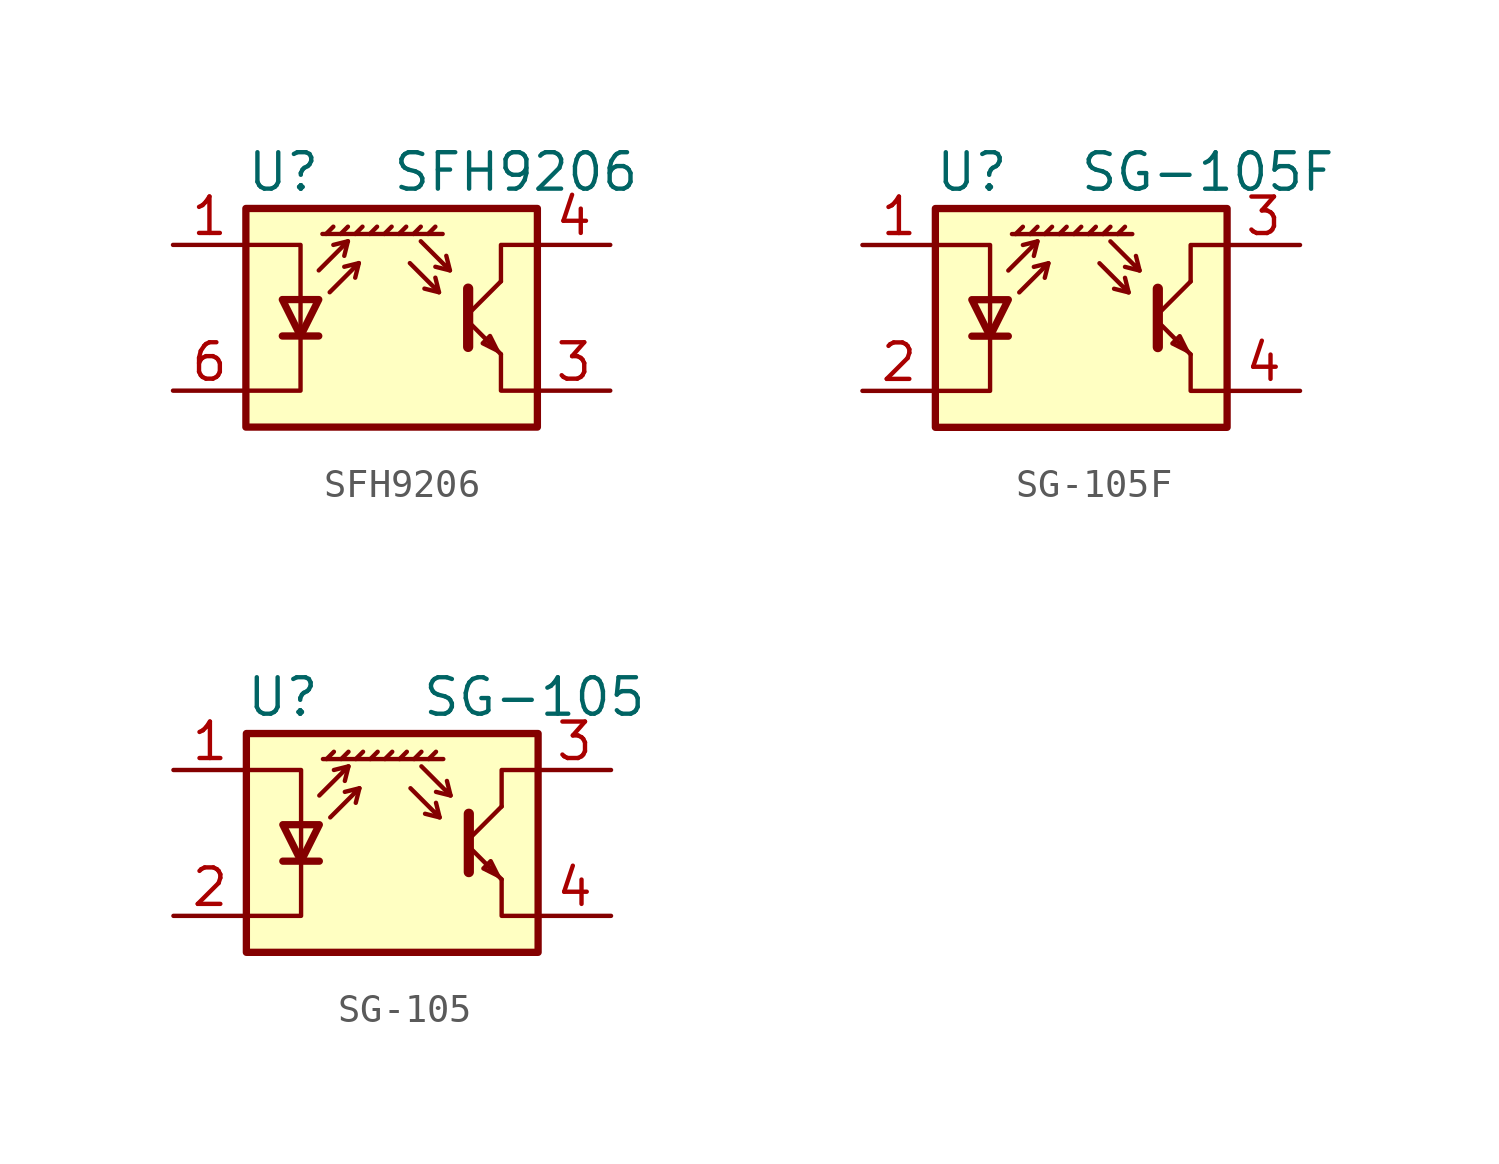
<source format=kicad_sym>
(kicad_symbol_lib
  (version 20241209)
  (generator "kicad_symbol_editor")
  (generator_version "9.0")
  (symbol "SFH9206"
    (pin_names
      (offset 0.025)
      (hide yes))
    (property "Reference" "U"
      (at -5.08 5.08 0)
      (effects (font (size 1.27 1.27)) (justify left)))
    (property "Value" "SFH9206"
      (at 0 5.08 0)
      (effects (font (size 1.27 1.27)) (justify left)))
    (symbol "SFH9206_0_1"
      (polyline (pts (xy -5.08 -2.54) (xy -3.175 -2.54) (xy -3.175 2.54) (xy -5.08 2.54)) (stroke (width 0) (type default)) (fill (type none)))
      (polyline (pts (xy -5.08 -3.81) (xy 5.08 -3.81) (xy 5.08 3.81) (xy -5.08 3.81) (xy -5.08 -3.81)) (stroke (width 0.254) (type default)) (fill (type background)))
      (polyline (pts (xy -3.81 -0.635) (xy -2.54 -0.635)) (stroke (width 0.254) (type default)) (fill (type none)))
      (polyline (pts (xy -3.175 -0.635) (xy -3.81 0.635) (xy -2.54 0.635) (xy -3.175 -0.635)) (stroke (width 0.254) (type default)) (fill (type none)))
      (polyline (pts (xy -2.54 1.651) (xy -1.524 2.667) (xy -2.032 2.54)) (stroke (width 0) (type default)) (fill (type none)))
      (polyline (pts (xy -2.286 2.921) (xy -2.032 3.175)) (stroke (width 0) (type default)) (fill (type none)))
      (polyline (pts (xy -2.159 0.889) (xy -1.143 1.905) (xy -1.651 1.778)) (stroke (width 0) (type default)) (fill (type none)))
      (polyline (pts (xy -1.778 2.921) (xy -1.524 3.175)) (stroke (width 0) (type default)) (fill (type none)))
      (polyline (pts (xy -1.524 2.667) (xy -1.651 2.159)) (stroke (width 0) (type default)) (fill (type none)))
      (polyline (pts (xy -1.27 2.921) (xy -1.016 3.175)) (stroke (width 0) (type default)) (fill (type none)))
      (polyline (pts (xy -1.143 1.905) (xy -1.27 1.397)) (stroke (width 0) (type default)) (fill (type none)))
      (polyline (pts (xy -0.762 2.921) (xy -0.508 3.175)) (stroke (width 0) (type default)) (fill (type none)))
      (polyline (pts (xy -0.254 2.921) (xy 0 3.175)) (stroke (width 0) (type default)) (fill (type none)))
      (polyline (pts (xy 0.254 2.921) (xy 0.508 3.175)) (stroke (width 0) (type default)) (fill (type none)))
      (polyline (pts (xy 0.635 1.905) (xy 1.651 0.889) (xy 1.524 1.397)) (stroke (width 0) (type default)) (fill (type none)))
      (polyline (pts (xy 0.762 2.921) (xy 1.016 3.175)) (stroke (width 0) (type default)) (fill (type none)))
      (polyline (pts (xy 1.016 2.667) (xy 2.032 1.651) (xy 1.905 2.159)) (stroke (width 0) (type default)) (fill (type none)))
      (polyline (pts (xy 1.27 2.921) (xy 1.524 3.175)) (stroke (width 0) (type default)) (fill (type none)))
      (polyline (pts (xy 1.651 0.889) (xy 1.143 1.016)) (stroke (width 0) (type default)) (fill (type none)))
      (polyline (pts (xy 1.778 2.921) (xy -2.413 2.921)) (stroke (width 0) (type default)) (fill (type none)))
      (polyline (pts (xy 2.032 1.651) (xy 1.524 1.778)) (stroke (width 0) (type default)) (fill (type none)))
      (polyline (pts (xy 2.667 1.016) (xy 2.667 -1.016) (xy 2.667 -1.016)) (stroke (width 0.356) (type default)) (fill (type none)))
      (polyline (pts (xy 2.667 0.127) (xy 3.81 1.27)) (stroke (width 0) (type default)) (fill (type none)))
      (polyline (pts (xy 2.667 -0.127) (xy 3.81 -1.27)) (stroke (width 0) (type default)) (fill (type none)))
      (polyline (pts (xy 3.683 -1.143) (xy 3.429 -0.635) (xy 3.175 -0.889) (xy 3.683 -1.143)) (stroke (width 0) (type default)) (fill (type none)))
      (polyline (pts (xy 3.81 1.27) (xy 3.81 2.54) (xy 5.08 2.54)) (stroke (width 0) (type default)) (fill (type none)))
      (polyline (pts (xy 3.81 -1.27) (xy 3.81 -2.54) (xy 5.08 -2.54)) (stroke (width 0) (type default)) (fill (type none))))
    (symbol "SFH9206_1_1"
      (pin passive line (at -7.62 2.54 0) (length 2.54) (name "A" (effects (font (size 1.27 1.27)))) (number "1" (effects (font (size 1.27 1.27)))))
      (pin passive line (at -7.62 -2.54 0) (length 2.54) (name "K" (effects (font (size 1.27 1.27)))) (number "6" (effects (font (size 1.27 1.27)))))
      (pin no_connect line (at -5.08 0 0) (length 2.54) (hide yes) (name "NC" (effects (font (size 1.27 1.27)))) (number "2" (effects (font (size 1.27 1.27)))))
      (pin no_connect line (at 5.08 0 180) (length 2.54) (hide yes) (name "NC" (effects (font (size 1.27 1.27)))) (number "5" (effects (font (size 1.27 1.27)))))
      (pin open_collector line (at 7.62 2.54 180) (length 2.54) (name "C" (effects (font (size 1.27 1.27)))) (number "4" (effects (font (size 1.27 1.27)))))
      (pin open_emitter line (at 7.62 -2.54 180) (length 2.54) (name "E" (effects (font (size 1.27 1.27)))) (number "3" (effects (font (size 1.27 1.27)))))))
  (symbol "SG-105F"
    (pin_names
      (offset 1.016)
      (hide yes))
    (property "Reference" "U"
      (at -3.81 5.08 0)
      (effects (font (size 1.27 1.27))))
    (property "Value" "SG-105F"
      (at 8.89 5.08 0)
      (effects (font (size 1.27 1.27)) (justify right)))
    (symbol "SG-105F_0_1"
      (polyline (pts (xy -5.08 -2.54) (xy -3.175 -2.54) (xy -3.175 2.54) (xy -5.08 2.54)) (stroke (width 0) (type default)) (fill (type none)))
      (polyline (pts (xy -5.08 -3.81) (xy 5.08 -3.81) (xy 5.08 3.81) (xy -5.08 3.81) (xy -5.08 -3.81)) (stroke (width 0.254) (type default)) (fill (type background)))
      (polyline (pts (xy -3.81 -0.635) (xy -2.54 -0.635)) (stroke (width 0.254) (type default)) (fill (type none)))
      (polyline (pts (xy -3.175 -0.635) (xy -3.81 0.635) (xy -2.54 0.635) (xy -3.175 -0.635)) (stroke (width 0.254) (type default)) (fill (type none)))
      (polyline (pts (xy -2.54 1.651) (xy -1.524 2.667) (xy -2.032 2.54)) (stroke (width 0) (type default)) (fill (type none)))
      (polyline (pts (xy -2.286 2.921) (xy -2.032 3.175)) (stroke (width 0) (type default)) (fill (type none)))
      (polyline (pts (xy -2.159 0.889) (xy -1.143 1.905) (xy -1.651 1.778)) (stroke (width 0) (type default)) (fill (type none)))
      (polyline (pts (xy -1.778 2.921) (xy -1.524 3.175)) (stroke (width 0) (type default)) (fill (type none)))
      (polyline (pts (xy -1.524 2.667) (xy -1.651 2.159)) (stroke (width 0) (type default)) (fill (type none)))
      (polyline (pts (xy -1.27 2.921) (xy -1.016 3.175)) (stroke (width 0) (type default)) (fill (type none)))
      (polyline (pts (xy -1.143 1.905) (xy -1.27 1.397)) (stroke (width 0) (type default)) (fill (type none)))
      (polyline (pts (xy -0.762 2.921) (xy -0.508 3.175)) (stroke (width 0) (type default)) (fill (type none)))
      (polyline (pts (xy -0.254 2.921) (xy 0 3.175)) (stroke (width 0) (type default)) (fill (type none)))
      (polyline (pts (xy 0.254 2.921) (xy 0.508 3.175)) (stroke (width 0) (type default)) (fill (type none)))
      (polyline (pts (xy 0.635 1.905) (xy 1.651 0.889) (xy 1.524 1.397)) (stroke (width 0) (type default)) (fill (type none)))
      (polyline (pts (xy 0.762 2.921) (xy 1.016 3.175)) (stroke (width 0) (type default)) (fill (type none)))
      (polyline (pts (xy 1.016 2.667) (xy 2.032 1.651) (xy 1.905 2.159)) (stroke (width 0) (type default)) (fill (type none)))
      (polyline (pts (xy 1.27 2.921) (xy 1.524 3.175)) (stroke (width 0) (type default)) (fill (type none)))
      (polyline (pts (xy 1.651 0.889) (xy 1.143 1.016)) (stroke (width 0) (type default)) (fill (type none)))
      (polyline (pts (xy 1.778 2.921) (xy -2.413 2.921)) (stroke (width 0) (type default)) (fill (type none)))
      (polyline (pts (xy 2.032 1.651) (xy 1.524 1.778)) (stroke (width 0) (type default)) (fill (type none)))
      (polyline (pts (xy 2.667 1.016) (xy 2.667 -1.016) (xy 2.667 -1.016)) (stroke (width 0.356) (type default)) (fill (type none)))
      (polyline (pts (xy 2.667 0.127) (xy 3.81 1.27)) (stroke (width 0) (type default)) (fill (type none)))
      (polyline (pts (xy 2.667 -0.127) (xy 3.81 -1.27)) (stroke (width 0) (type default)) (fill (type none)))
      (polyline (pts (xy 3.683 -1.143) (xy 3.429 -0.635) (xy 3.175 -0.889) (xy 3.683 -1.143)) (stroke (width 0) (type default)) (fill (type none)))
      (polyline (pts (xy 3.81 1.27) (xy 3.81 2.54) (xy 5.08 2.54)) (stroke (width 0) (type default)) (fill (type none)))
      (polyline (pts (xy 3.81 -1.27) (xy 3.81 -2.54) (xy 5.08 -2.54)) (stroke (width 0) (type default)) (fill (type none))))
    (symbol "SG-105F_1_1"
      (pin passive line (at -7.62 2.54 0) (length 2.54) (name "A" (effects (font (size 1.27 1.27)))) (number "1" (effects (font (size 1.27 1.27)))))
      (pin passive line (at -7.62 -2.54 0) (length 2.54) (name "K" (effects (font (size 1.27 1.27)))) (number "2" (effects (font (size 1.27 1.27)))))
      (pin open_collector line (at 7.62 2.54 180) (length 2.54) (name "C" (effects (font (size 1.27 1.27)))) (number "3" (effects (font (size 1.27 1.27)))))
      (pin open_emitter line (at 7.62 -2.54 180) (length 2.54) (name "E" (effects (font (size 1.27 1.27)))) (number "4" (effects (font (size 1.27 1.27)))))))
  (symbol "SG-105"
    (pin_names
      (offset 1.016)
      (hide yes))
    (property "Reference" "U"
      (at -3.81 5.08 0)
      (effects (font (size 1.27 1.27))))
    (property "Value" "SG-105"
      (at 8.89 5.08 0)
      (effects (font (size 1.27 1.27)) (justify right)))
    (symbol "SG-105_0_1"
      (polyline (pts (xy -5.08 -2.54) (xy -3.175 -2.54) (xy -3.175 2.54) (xy -5.08 2.54)) (stroke (width 0) (type default)) (fill (type none)))
      (polyline (pts (xy -5.08 -3.81) (xy 5.08 -3.81) (xy 5.08 3.81) (xy -5.08 3.81) (xy -5.08 -3.81)) (stroke (width 0.254) (type default)) (fill (type background)))
      (polyline (pts (xy -3.81 -0.635) (xy -2.54 -0.635)) (stroke (width 0.254) (type default)) (fill (type none)))
      (polyline (pts (xy -3.175 -0.635) (xy -3.81 0.635) (xy -2.54 0.635) (xy -3.175 -0.635)) (stroke (width 0.254) (type default)) (fill (type none)))
      (polyline (pts (xy -2.54 1.651) (xy -1.524 2.667) (xy -2.032 2.54)) (stroke (width 0) (type default)) (fill (type none)))
      (polyline (pts (xy -2.286 2.921) (xy -2.032 3.175)) (stroke (width 0) (type default)) (fill (type none)))
      (polyline (pts (xy -2.159 0.889) (xy -1.143 1.905) (xy -1.651 1.778)) (stroke (width 0) (type default)) (fill (type none)))
      (polyline (pts (xy -1.778 2.921) (xy -1.524 3.175)) (stroke (width 0) (type default)) (fill (type none)))
      (polyline (pts (xy -1.524 2.667) (xy -1.651 2.159)) (stroke (width 0) (type default)) (fill (type none)))
      (polyline (pts (xy -1.27 2.921) (xy -1.016 3.175)) (stroke (width 0) (type default)) (fill (type none)))
      (polyline (pts (xy -1.143 1.905) (xy -1.27 1.397)) (stroke (width 0) (type default)) (fill (type none)))
      (polyline (pts (xy -0.762 2.921) (xy -0.508 3.175)) (stroke (width 0) (type default)) (fill (type none)))
      (polyline (pts (xy -0.254 2.921) (xy 0 3.175)) (stroke (width 0) (type default)) (fill (type none)))
      (polyline (pts (xy 0.254 2.921) (xy 0.508 3.175)) (stroke (width 0) (type default)) (fill (type none)))
      (polyline (pts (xy 0.635 1.905) (xy 1.651 0.889) (xy 1.524 1.397)) (stroke (width 0) (type default)) (fill (type none)))
      (polyline (pts (xy 0.762 2.921) (xy 1.016 3.175)) (stroke (width 0) (type default)) (fill (type none)))
      (polyline (pts (xy 1.016 2.667) (xy 2.032 1.651) (xy 1.905 2.159)) (stroke (width 0) (type default)) (fill (type none)))
      (polyline (pts (xy 1.27 2.921) (xy 1.524 3.175)) (stroke (width 0) (type default)) (fill (type none)))
      (polyline (pts (xy 1.651 0.889) (xy 1.143 1.016)) (stroke (width 0) (type default)) (fill (type none)))
      (polyline (pts (xy 1.778 2.921) (xy -2.413 2.921)) (stroke (width 0) (type default)) (fill (type none)))
      (polyline (pts (xy 2.032 1.651) (xy 1.524 1.778)) (stroke (width 0) (type default)) (fill (type none)))
      (polyline (pts (xy 2.667 1.016) (xy 2.667 -1.016) (xy 2.667 -1.016)) (stroke (width 0.356) (type default)) (fill (type none)))
      (polyline (pts (xy 2.667 0.127) (xy 3.81 1.27)) (stroke (width 0) (type default)) (fill (type none)))
      (polyline (pts (xy 2.667 -0.127) (xy 3.81 -1.27)) (stroke (width 0) (type default)) (fill (type none)))
      (polyline (pts (xy 3.683 -1.143) (xy 3.429 -0.635) (xy 3.175 -0.889) (xy 3.683 -1.143)) (stroke (width 0) (type default)) (fill (type none)))
      (polyline (pts (xy 3.81 1.27) (xy 3.81 2.54) (xy 5.08 2.54)) (stroke (width 0) (type default)) (fill (type none)))
      (polyline (pts (xy 3.81 -1.27) (xy 3.81 -2.54) (xy 5.08 -2.54)) (stroke (width 0) (type default)) (fill (type none))))
    (symbol "SG-105_1_1"
      (pin passive line (at -7.62 2.54 0) (length 2.54) (name "A" (effects (font (size 1.27 1.27)))) (number "1" (effects (font (size 1.27 1.27)))))
      (pin passive line (at -7.62 -2.54 0) (length 2.54) (name "K" (effects (font (size 1.27 1.27)))) (number "2" (effects (font (size 1.27 1.27)))))
      (pin open_collector line (at 7.62 2.54 180) (length 2.54) (name "C" (effects (font (size 1.27 1.27)))) (number "3" (effects (font (size 1.27 1.27)))))
      (pin open_emitter line (at 7.62 -2.54 180) (length 2.54) (name "E" (effects (font (size 1.27 1.27)))) (number "4" (effects (font (size 1.27 1.27))))))))
</source>
